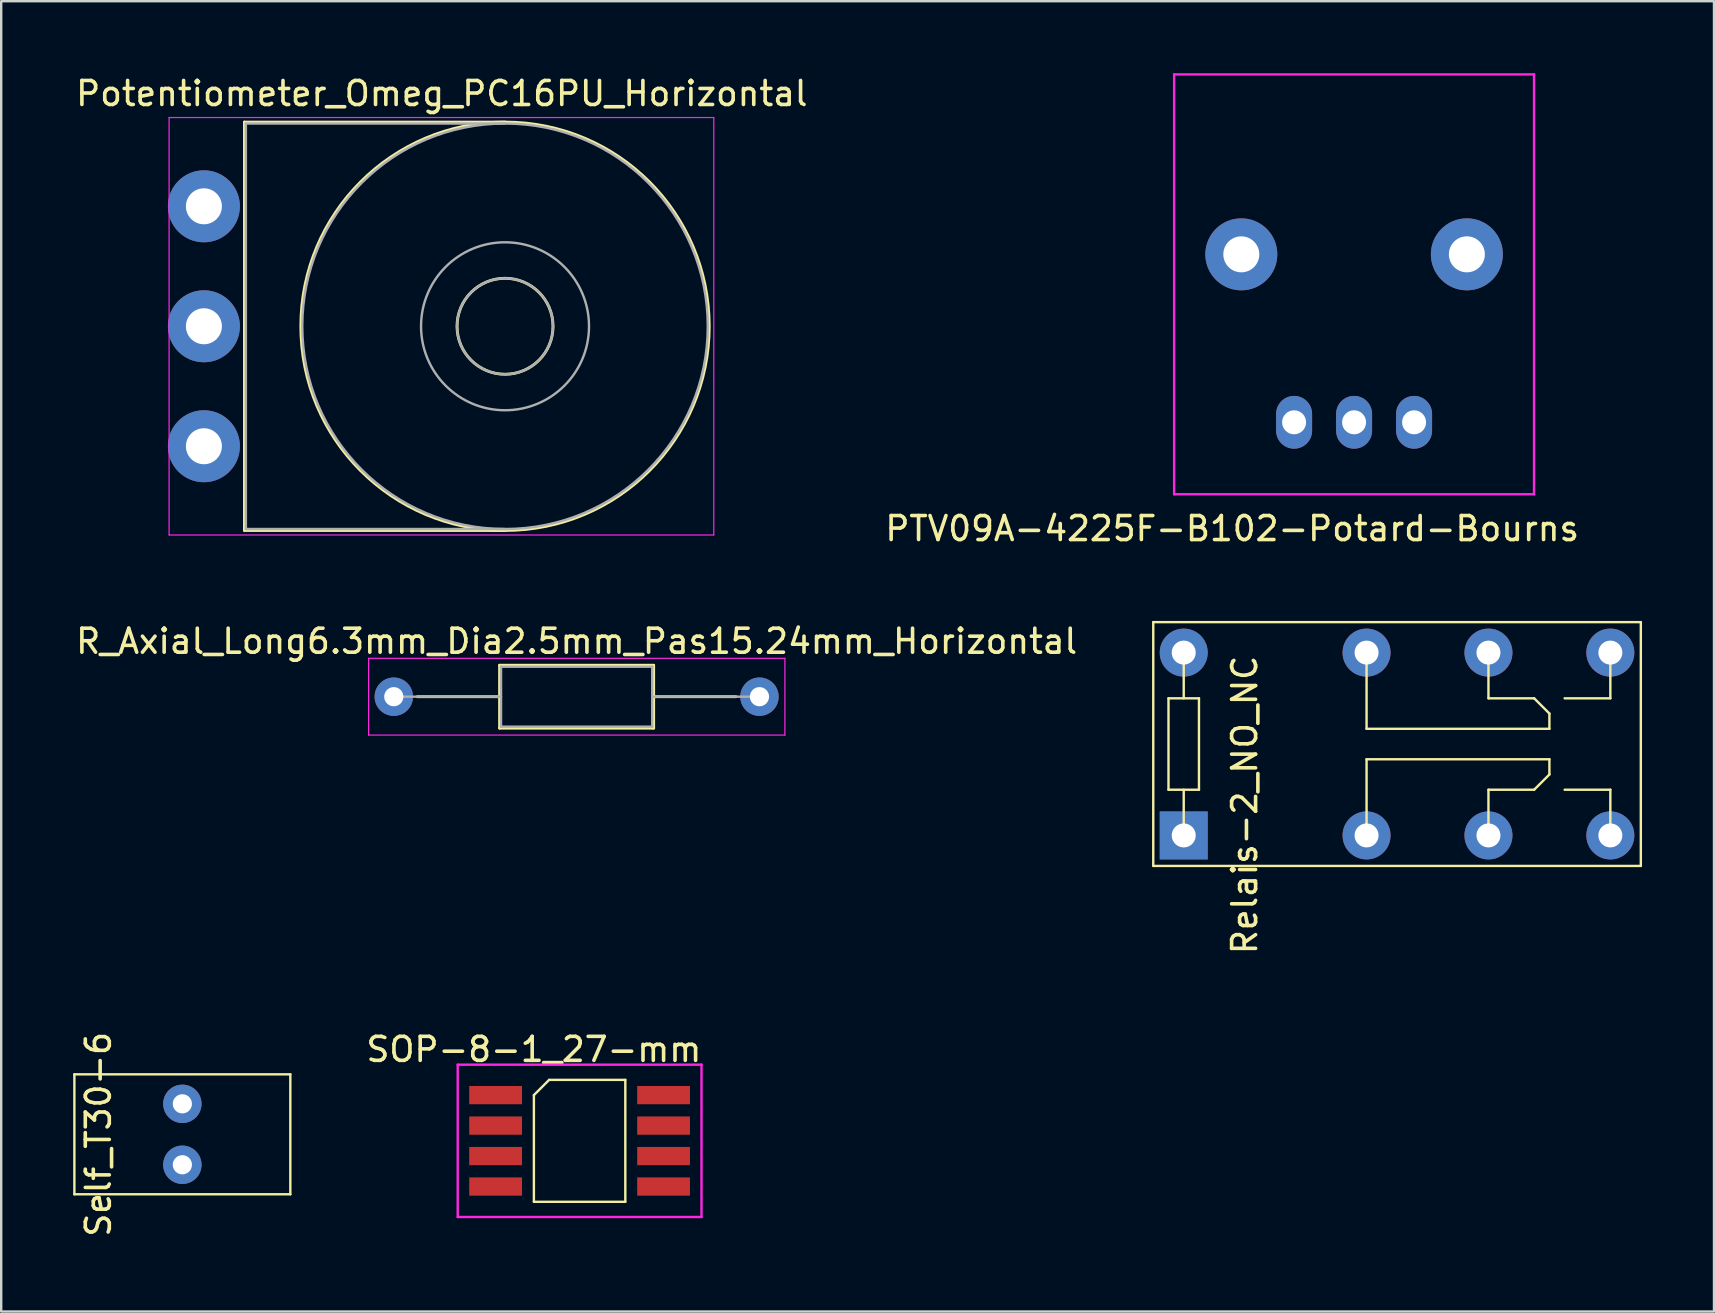
<source format=kicad_pcb>
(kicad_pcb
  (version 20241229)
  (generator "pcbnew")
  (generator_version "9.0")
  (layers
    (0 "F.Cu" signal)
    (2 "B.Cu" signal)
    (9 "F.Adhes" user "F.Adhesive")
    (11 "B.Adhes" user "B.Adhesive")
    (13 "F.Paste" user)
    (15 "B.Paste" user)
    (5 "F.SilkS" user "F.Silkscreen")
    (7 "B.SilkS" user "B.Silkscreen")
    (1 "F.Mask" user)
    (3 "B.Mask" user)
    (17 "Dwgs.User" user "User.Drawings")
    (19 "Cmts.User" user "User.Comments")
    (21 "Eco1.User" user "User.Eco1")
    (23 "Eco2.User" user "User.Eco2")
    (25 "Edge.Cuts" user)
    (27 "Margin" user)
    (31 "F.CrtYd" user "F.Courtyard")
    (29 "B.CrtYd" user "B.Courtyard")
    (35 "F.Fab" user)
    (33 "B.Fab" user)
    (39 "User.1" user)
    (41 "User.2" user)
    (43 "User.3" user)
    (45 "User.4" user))
  (footprint "Potentiometer_Omeg_PC16PU_Horizontal"
    (layer "F.Cu")
    (at 5.448 15.548)
    (property "Reference" "Potentiometer_Omeg_PC16PU_Horizontal" (at 9.915 -14.7 0) (layer "F.SilkS") (effects (font (size 1 1) (thickness 0.15))))
    (attr through_hole)
    (fp_line (start 1.69 -13.51) (end 1.69 3.51) (stroke (width 0.12) (type solid)) (layer "F.SilkS"))
    (fp_line (start 1.69 -13.51) (end 12.55 -13.51) (stroke (width 0.12) (type solid)) (layer "F.SilkS"))
    (fp_line (start 1.69 3.51) (end 12.55 3.51) (stroke (width 0.12) (type solid)) (layer "F.SilkS"))
    (fp_circle (center 12.55 -5) (end 14.55 -5) (stroke (width 0.12) (type solid)) (fill no) (layer "F.SilkS"))
    (fp_circle (center 12.55 -5) (end 21.06 -5) (stroke (width 0.12) (type solid)) (fill no) (layer "F.SilkS"))
    (fp_line (start -1.45 -13.7) (end -1.45 3.7) (stroke (width 0.05) (type solid)) (layer "F.CrtYd"))
    (fp_line (start -1.45 3.7) (end 21.25 3.7) (stroke (width 0.05) (type solid)) (layer "F.CrtYd"))
    (fp_line (start 21.25 -13.7) (end -1.45 -13.7) (stroke (width 0.05) (type solid)) (layer "F.CrtYd"))
    (fp_line (start 21.25 3.7) (end 21.25 -13.7) (stroke (width 0.05) (type solid)) (layer "F.CrtYd"))
    (fp_line (start 1.75 -13.45) (end 1.75 3.45) (stroke (width 0.1) (type solid)) (layer "F.Fab"))
    (fp_line (start 1.75 3.45) (end 12.55 3.45) (stroke (width 0.1) (type solid)) (layer "F.Fab"))
    (fp_line (start 12.55 -13.45) (end 1.75 -13.45) (stroke (width 0.1) (type solid)) (layer "F.Fab"))
    (fp_circle (center 12.55 -5) (end 14.55 -5) (stroke (width 0.1) (type solid)) (fill no) (layer "F.Fab"))
    (fp_circle (center 12.55 -5) (end 16.05 -5) (stroke (width 0.1) (type solid)) (fill no) (layer "F.Fab"))
    (fp_circle (center 12.55 -5) (end 21 -5) (stroke (width 0.1) (type solid)) (fill no) (layer "F.Fab"))
    (pad "1" thru_hole circle (at 0 0) (size 3 3) (drill 1.5) (layers "*.Cu" "*.Mask"))
    (pad "2" thru_hole circle (at 0 -5) (size 3 3) (drill 1.5) (layers "*.Cu" "*.Mask"))
    (pad "3" thru_hole circle (at 0 -10) (size 3 3) (drill 1.5) (layers "*.Cu" "*.Mask")))
  (footprint "PTV09A-4225F-B102-Potard-Bourns"
    (layer "F.Cu")
    (at 53.384 7.55)
    (property "Reference" "PTV09A-4225F-B102-Potard-Bourns" (at -5.08 11.43 0) (layer "F.SilkS") (effects (font (size 1 1) (thickness 0.15))))
    (attr through_hole)
    (fp_line (start -7.5 -7.5) (end 7.5 -7.5) (stroke (width 0.1) (type solid)) (layer "F.CrtYd"))
    (fp_line (start -7.5 10) (end -7.5 -7.5) (stroke (width 0.1) (type solid)) (layer "F.CrtYd"))
    (fp_line (start 7.5 -7.5) (end 7.5 10) (stroke (width 0.1) (type solid)) (layer "F.CrtYd"))
    (fp_line (start 7.5 10) (end -7.5 10) (stroke (width 0.1) (type solid)) (layer "F.CrtYd"))
    (pad "1" thru_hole oval (at -2.5 7) (size 1.5 2.2) (drill 1) (layers "*.Cu" "*.Mask"))
    (pad "2" thru_hole oval (at 0 7) (size 1.5 2.2) (drill 1) (layers "*.Cu" "*.Mask"))
    (pad "3" thru_hole oval (at 2.5 7) (size 1.5 2.2) (drill 1) (layers "*.Cu" "*.Mask"))
    (pad "4" thru_hole circle (at -4.7 0) (size 3 3) (drill 1.5) (layers "*.Cu" "*.Mask"))
    (pad "5" thru_hole circle (at 4.7 0) (size 3 3) (drill 1.5) (layers "*.Cu" "*.Mask")))
  (footprint "Self_T30-6"
    (layer "F.Cu")
    (at 4.55 44.224)
    (property "Reference" "Self_T30-6" (at -3.5 0 90) (layer "F.SilkS") (effects (font (size 1 1) (thickness 0.15))))
    (attr through_hole)
    (fp_line (start -4.5 -2.5) (end -4.5 2.5) (stroke (width 0.1) (type solid)) (layer "F.SilkS"))
    (fp_line (start -4.5 -2.5) (end 4.5 -2.5) (stroke (width 0.1) (type solid)) (layer "F.SilkS"))
    (fp_line (start -4.5 2.5) (end 4.5 2.5) (stroke (width 0.1) (type solid)) (layer "F.SilkS"))
    (fp_line (start 4.5 -2.5) (end 4.5 2.5) (stroke (width 0.1) (type solid)) (layer "F.SilkS"))
    (pad "1" thru_hole circle (at 0 -1.27) (size 1.6 1.6) (drill 0.8) (layers "*.Cu" "*.Mask"))
    (pad "2" thru_hole circle (at 0 1.27) (size 1.6 1.6) (drill 0.8) (layers "*.Cu" "*.Mask")))
  (footprint "SOP-8-1_27-mm"
    (layer "F.Cu")
    (at 21.106 46.401)
    (property "Reference" "SOP-8-1_27-mm" (at -1.905 -5.715 0) (layer "F.SilkS") (effects (font (size 1 1) (thickness 0.15))))
    (attr through_hole)
    (fp_line (start -1.905 -3.81) (end -1.905 0.635) (stroke (width 0.1) (type solid)) (layer "F.SilkS"))
    (fp_line (start -1.905 0.635) (end 1.905 0.635) (stroke (width 0.1) (type solid)) (layer "F.SilkS"))
    (fp_line (start -1.27 -4.445) (end -1.905 -3.81) (stroke (width 0.1) (type solid)) (layer "F.SilkS"))
    (fp_line (start 1.905 -4.445) (end -1.27 -4.445) (stroke (width 0.1) (type solid)) (layer "F.SilkS"))
    (fp_line (start 1.905 0.635) (end 1.905 -4.445) (stroke (width 0.1) (type solid)) (layer "F.SilkS"))
    (fp_line (start -5.08 -5.08) (end 5.08 -5.08) (stroke (width 0.1) (type solid)) (layer "F.CrtYd"))
    (fp_line (start -5.08 1.27) (end -5.08 -5.08) (stroke (width 0.1) (type solid)) (layer "F.CrtYd"))
    (fp_line (start 5.08 -5.08) (end 5.08 1.27) (stroke (width 0.1) (type solid)) (layer "F.CrtYd"))
    (fp_line (start 5.08 1.27) (end -5.08 1.27) (stroke (width 0.1) (type solid)) (layer "F.CrtYd"))
    (pad "1" smd rect (at -3.5 -3.81) (size 2.2 0.76) (layers "F.Cu" "F.Mask" "F.Paste"))
    (pad "2" smd rect (at -3.5 -2.54) (size 2.2 0.76) (layers "F.Cu" "F.Mask" "F.Paste"))
    (pad "3" smd rect (at -3.5 -1.27) (size 2.2 0.76) (layers "F.Cu" "F.Mask" "F.Paste"))
    (pad "4" smd rect (at -3.5 0) (size 2.2 0.76) (layers "F.Cu" "F.Mask" "F.Paste"))
    (pad "5" smd rect (at 3.5 0) (size 2.2 0.76) (layers "F.Cu" "F.Mask" "F.Paste"))
    (pad "6" smd rect (at 3.5 -1.27) (size 2.2 0.76) (layers "F.Cu" "F.Mask" "F.Paste"))
    (pad "7" smd rect (at 3.5 -2.54) (size 2.2 0.76) (layers "F.Cu" "F.Mask" "F.Paste"))
    (pad "8" smd rect (at 3.5 -3.81) (size 2.2 0.76) (layers "F.Cu" "F.Mask" "F.Paste")))
  (footprint "R_Axial_Long6.3mm_Dia2.5mm_Pas15.24mm_Horizontal"
    (layer "F.Cu")
    (at 13.362 25.986)
    (property "Reference" "R_Axial_Long6.3mm_Dia2.5mm_Pas15.24mm_Horizontal" (at 7.62 -2.31 0) (layer "F.SilkS") (effects (font (size 1 1) (thickness 0.15))))
    (attr through_hole)
    (fp_line (start 0.98 0) (end 4.41 0) (stroke (width 0.12) (type solid)) (layer "F.SilkS"))
    (fp_line (start 4.41 -1.31) (end 4.41 1.31) (stroke (width 0.12) (type solid)) (layer "F.SilkS"))
    (fp_line (start 4.41 1.31) (end 10.83 1.31) (stroke (width 0.12) (type solid)) (layer "F.SilkS"))
    (fp_line (start 10.83 -1.31) (end 4.41 -1.31) (stroke (width 0.12) (type solid)) (layer "F.SilkS"))
    (fp_line (start 10.83 1.31) (end 10.83 -1.31) (stroke (width 0.12) (type solid)) (layer "F.SilkS"))
    (fp_line (start 14.26 0) (end 10.83 0) (stroke (width 0.12) (type solid)) (layer "F.SilkS"))
    (fp_line (start -1.05 -1.6) (end -1.05 1.6) (stroke (width 0.05) (type solid)) (layer "F.CrtYd"))
    (fp_line (start -1.05 1.6) (end 16.3 1.6) (stroke (width 0.05) (type solid)) (layer "F.CrtYd"))
    (fp_line (start 16.3 -1.6) (end -1.05 -1.6) (stroke (width 0.05) (type solid)) (layer "F.CrtYd"))
    (fp_line (start 16.3 1.6) (end 16.3 -1.6) (stroke (width 0.05) (type solid)) (layer "F.CrtYd"))
    (fp_line (start 0 0) (end 4.47 0) (stroke (width 0.1) (type solid)) (layer "F.Fab"))
    (fp_line (start 4.47 -1.25) (end 4.47 1.25) (stroke (width 0.1) (type solid)) (layer "F.Fab"))
    (fp_line (start 4.47 1.25) (end 10.77 1.25) (stroke (width 0.1) (type solid)) (layer "F.Fab"))
    (fp_line (start 10.77 -1.25) (end 4.47 -1.25) (stroke (width 0.1) (type solid)) (layer "F.Fab"))
    (fp_line (start 10.77 1.25) (end 10.77 -1.25) (stroke (width 0.1) (type solid)) (layer "F.Fab"))
    (fp_line (start 15.24 0) (end 10.77 0) (stroke (width 0.1) (type solid)) (layer "F.Fab"))
    (pad "1" thru_hole circle (at 0 0) (size 1.6 1.6) (drill 0.8) (layers "*.Cu" "*.Mask"))
    (pad "2" thru_hole oval (at 15.24 0) (size 1.6 1.6) (drill 0.8) (layers "*.Cu" "*.Mask")))
  (footprint "Relais-2_NO_NC"
    (layer "F.Cu")
    (at 53.904 27.958)
    (property "Reference" "Relais-2_NO_NC" (at -5.08 2.54 90) (layer "F.SilkS") (effects (font (size 1 1) (thickness 0.15))))
    (attr through_hole)
    (fp_line (start -8.89 -5.08) (end 11.43 -5.08) (stroke (width 0.1) (type solid)) (layer "F.SilkS"))
    (fp_line (start -8.89 5.08) (end -8.89 -5.08) (stroke (width 0.1) (type solid)) (layer "F.SilkS"))
    (fp_line (start -8.255 -1.905) (end -6.985 -1.905) (stroke (width 0.1) (type solid)) (layer "F.SilkS"))
    (fp_line (start -8.255 1.905) (end -8.255 -1.905) (stroke (width 0.1) (type solid)) (layer "F.SilkS"))
    (fp_line (start -7.62 -3.81) (end -7.62 -1.905) (stroke (width 0.1) (type solid)) (layer "F.SilkS"))
    (fp_line (start -7.62 1.905) (end -7.62 3.81) (stroke (width 0.1) (type solid)) (layer "F.SilkS"))
    (fp_line (start -6.985 -1.905) (end -6.985 1.905) (stroke (width 0.1) (type solid)) (layer "F.SilkS"))
    (fp_line (start -6.985 1.905) (end -8.255 1.905) (stroke (width 0.1) (type solid)) (layer "F.SilkS"))
    (fp_line (start 0 -3.81) (end 0 -0.635) (stroke (width 0.1) (type solid)) (layer "F.SilkS"))
    (fp_line (start 0 -0.635) (end 7.62 -0.635) (stroke (width 0.1) (type solid)) (layer "F.SilkS"))
    (fp_line (start 0 0.635) (end 0 3.81) (stroke (width 0.1) (type solid)) (layer "F.SilkS"))
    (fp_line (start 5.08 -1.905) (end 5.08 -3.81) (stroke (width 0.1) (type solid)) (layer "F.SilkS"))
    (fp_line (start 5.08 1.905) (end 6.985 1.905) (stroke (width 0.1) (type solid)) (layer "F.SilkS"))
    (fp_line (start 5.08 3.81) (end 5.08 1.905) (stroke (width 0.1) (type solid)) (layer "F.SilkS"))
    (fp_line (start 6.985 -1.905) (end 5.08 -1.905) (stroke (width 0.1) (type solid)) (layer "F.SilkS"))
    (fp_line (start 6.985 1.905) (end 7.62 1.27) (stroke (width 0.1) (type solid)) (layer "F.SilkS"))
    (fp_line (start 7.62 -1.27) (end 6.985 -1.905) (stroke (width 0.1) (type solid)) (layer "F.SilkS"))
    (fp_line (start 7.62 -0.635) (end 7.62 -1.27) (stroke (width 0.1) (type solid)) (layer "F.SilkS"))
    (fp_line (start 7.62 0.635) (end 0 0.635) (stroke (width 0.1) (type solid)) (layer "F.SilkS"))
    (fp_line (start 7.62 1.27) (end 7.62 0.635) (stroke (width 0.1) (type solid)) (layer "F.SilkS"))
    (fp_line (start 8.255 -1.905) (end 10.16 -1.905) (stroke (width 0.1) (type solid)) (layer "F.SilkS"))
    (fp_line (start 10.16 -1.905) (end 10.16 -3.81) (stroke (width 0.1) (type solid)) (layer "F.SilkS"))
    (fp_line (start 10.16 1.905) (end 8.255 1.905) (stroke (width 0.1) (type solid)) (layer "F.SilkS"))
    (fp_line (start 10.16 3.81) (end 10.16 1.905) (stroke (width 0.1) (type solid)) (layer "F.SilkS"))
    (fp_line (start 11.43 -5.08) (end 11.43 5.08) (stroke (width 0.1) (type solid)) (layer "F.SilkS"))
    (fp_line (start 11.43 5.08) (end -8.89 5.08) (stroke (width 0.1) (type solid)) (layer "F.SilkS"))
    (pad "1" thru_hole rect (at -7.62 3.81) (size 2 2) (drill 1) (layers "*.Cu" "*.Mask"))
    (pad "4" thru_hole circle (at 0 3.81) (size 2 2) (drill 1) (layers "*.Cu" "*.Mask"))
    (pad "6" thru_hole circle (at 5.08 3.81) (size 2 2) (drill 1) (layers "*.Cu" "*.Mask"))
    (pad "8" thru_hole circle (at 10.16 3.81) (size 2 2) (drill 1) (layers "*.Cu" "*.Mask"))
    (pad "9" thru_hole circle (at 10.16 -3.81) (size 2 2) (drill 1) (layers "*.Cu" "*.Mask"))
    (pad "11" thru_hole circle (at 5.08 -3.81) (size 2 2) (drill 1) (layers "*.Cu" "*.Mask"))
    (pad "13" thru_hole circle (at 0 -3.81) (size 2 2) (drill 1) (layers "*.Cu" "*.Mask"))
    (pad "16" thru_hole circle (at -7.62 -3.81) (size 2 2) (drill 1) (layers "*.Cu" "*.Mask")))
  (gr_rect
    (start -3 -3)
    (end 68.384 51.611)
    (stroke (width 0.1) (type default))
    (fill no)
    (layer "Edge.Cuts")))
</source>
